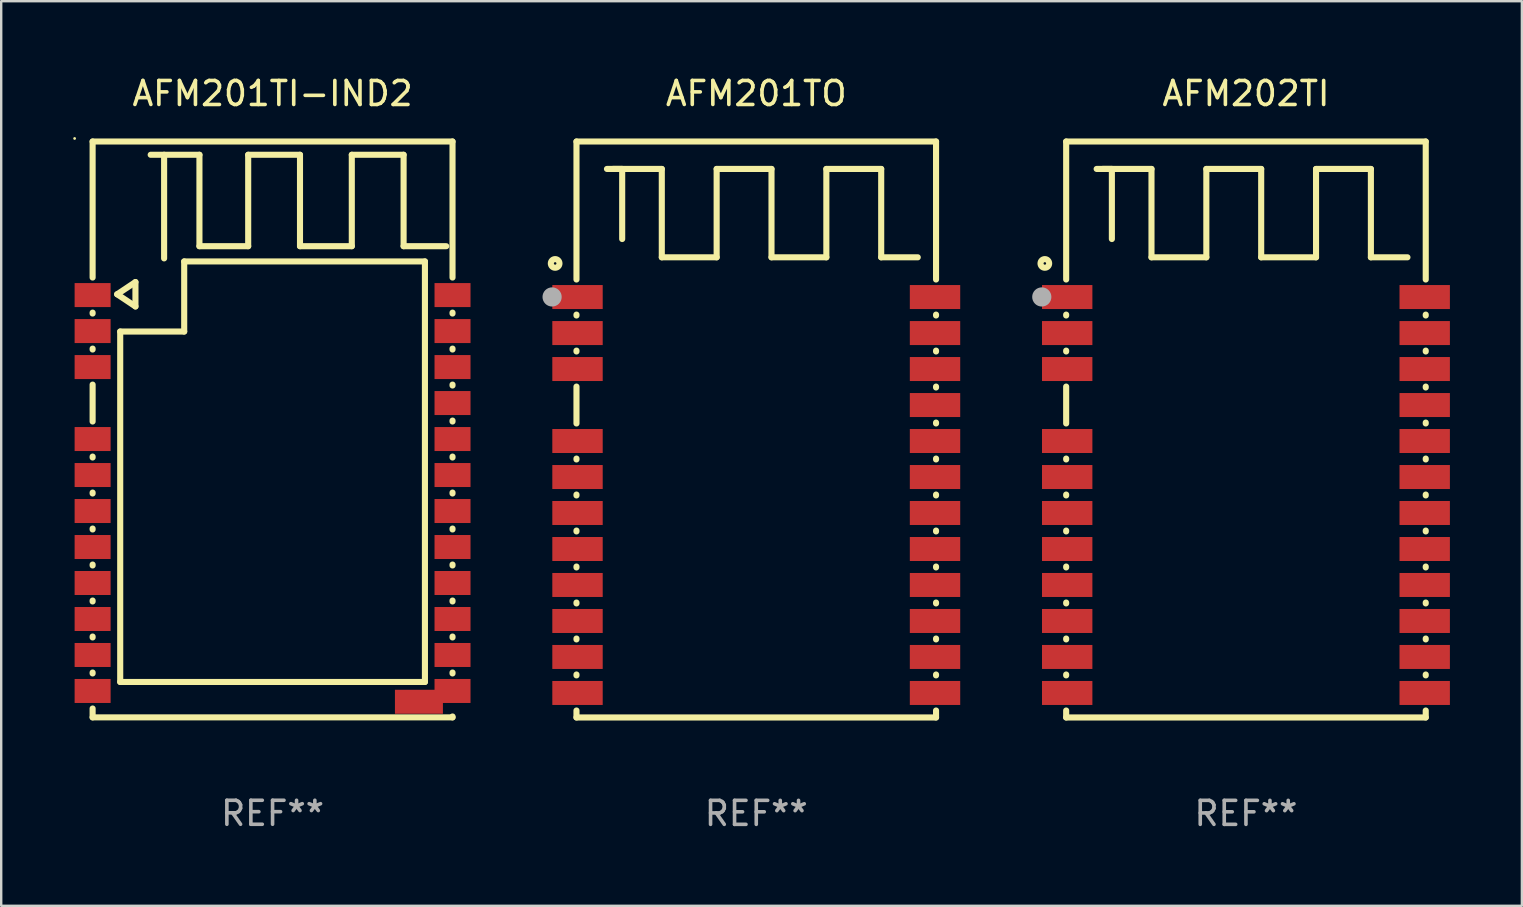
<source format=kicad_pcb>
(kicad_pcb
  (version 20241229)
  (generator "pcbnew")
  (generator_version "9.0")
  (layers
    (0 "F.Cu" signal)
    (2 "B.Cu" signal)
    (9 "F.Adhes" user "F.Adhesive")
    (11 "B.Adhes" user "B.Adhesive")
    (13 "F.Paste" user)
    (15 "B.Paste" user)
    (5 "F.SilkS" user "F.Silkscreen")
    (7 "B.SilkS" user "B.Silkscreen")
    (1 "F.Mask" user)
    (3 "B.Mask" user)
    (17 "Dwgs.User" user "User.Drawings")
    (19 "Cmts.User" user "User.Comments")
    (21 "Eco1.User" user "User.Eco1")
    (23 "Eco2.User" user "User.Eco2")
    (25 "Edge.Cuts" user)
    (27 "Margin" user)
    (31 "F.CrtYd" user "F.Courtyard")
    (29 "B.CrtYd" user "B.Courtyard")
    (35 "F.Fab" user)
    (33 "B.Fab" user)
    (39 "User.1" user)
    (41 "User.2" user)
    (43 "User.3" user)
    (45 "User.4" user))
  (footprint "AFM201TI-IND2"
    (layer "F.Cu")
    (at 8.31 14.848)
    (property "Reference" "AFM201TI-IND2" (at 0 -14 0) (layer "F.SilkS") (effects (font (size 1 1) (thickness 0.15))))
    (attr through_hole)
    (fp_line (start -7.5 -12) (end 7.5 -12) (stroke (width 0.254) (type solid)) (layer "F.SilkS"))
    (fp_line (start -7.5 -6.331) (end -7.5 -12) (stroke (width 0.254) (type solid)) (layer "F.SilkS"))
    (fp_line (start -7.5 -4.831) (end -7.5 -4.869) (stroke (width 0.254) (type solid)) (layer "F.SilkS"))
    (fp_line (start -7.5 -3.331) (end -7.5 -3.369) (stroke (width 0.254) (type solid)) (layer "F.SilkS"))
    (fp_line (start -7.5 -0.331) (end -7.5 -1.869) (stroke (width 0.254) (type solid)) (layer "F.SilkS"))
    (fp_line (start -7.5 1.169) (end -7.5 1.131) (stroke (width 0.254) (type solid)) (layer "F.SilkS"))
    (fp_line (start -7.5 2.669) (end -7.5 2.631) (stroke (width 0.254) (type solid)) (layer "F.SilkS"))
    (fp_line (start -7.5 4.169) (end -7.5 4.131) (stroke (width 0.254) (type solid)) (layer "F.SilkS"))
    (fp_line (start -7.5 5.669) (end -7.5 5.631) (stroke (width 0.254) (type solid)) (layer "F.SilkS"))
    (fp_line (start -7.5 7.169) (end -7.5 7.131) (stroke (width 0.254) (type solid)) (layer "F.SilkS"))
    (fp_line (start -7.5 8.669) (end -7.5 8.631) (stroke (width 0.254) (type solid)) (layer "F.SilkS"))
    (fp_line (start -7.5 10.169) (end -7.5 10.131) (stroke (width 0.254) (type solid)) (layer "F.SilkS"))
    (fp_line (start -7.5 12) (end -7.5 11.631) (stroke (width 0.254) (type solid)) (layer "F.SilkS"))
    (fp_line (start -7.5 12) (end 7.5 12) (stroke (width 0.254) (type solid)) (layer "F.SilkS"))
    (fp_line (start -6.477 -5.634) (end -5.715 -6.142) (stroke (width 0.254) (type solid)) (layer "F.SilkS"))
    (fp_line (start -6.35 -4.081) (end -3.683 -4.081) (stroke (width 0.254) (type solid)) (layer "F.SilkS"))
    (fp_line (start -6.35 10.524) (end -6.35 -4.081) (stroke (width 0.254) (type solid)) (layer "F.SilkS"))
    (fp_line (start -5.715 -6.142) (end -5.715 -5.126) (stroke (width 0.254) (type solid)) (layer "F.SilkS"))
    (fp_line (start -5.715 -5.126) (end -6.477 -5.634) (stroke (width 0.254) (type solid)) (layer "F.SilkS"))
    (fp_line (start -5.08 -11.447) (end -3.048 -11.447) (stroke (width 0.254) (type solid)) (layer "F.SilkS"))
    (fp_line (start -4.52 -11.447) (end -4.52 -7.129) (stroke (width 0.254) (type solid)) (layer "F.SilkS"))
    (fp_line (start -3.683 -7.002) (end 6.35 -7.002) (stroke (width 0.254) (type solid)) (layer "F.SilkS"))
    (fp_line (start -3.683 -4.081) (end -3.683 -7.002) (stroke (width 0.254) (type solid)) (layer "F.SilkS"))
    (fp_line (start -3.048 -11.447) (end -3.048 -7.637) (stroke (width 0.254) (type solid)) (layer "F.SilkS"))
    (fp_line (start -3.048 -7.637) (end -1.016 -7.637) (stroke (width 0.254) (type solid)) (layer "F.SilkS"))
    (fp_line (start -1.016 -11.447) (end 1.143 -11.447) (stroke (width 0.254) (type solid)) (layer "F.SilkS"))
    (fp_line (start -1.016 -7.637) (end -1.016 -11.447) (stroke (width 0.254) (type solid)) (layer "F.SilkS"))
    (fp_line (start 1.143 -11.447) (end 1.143 -7.637) (stroke (width 0.254) (type solid)) (layer "F.SilkS"))
    (fp_line (start 1.143 -7.637) (end 3.302 -7.637) (stroke (width 0.254) (type solid)) (layer "F.SilkS"))
    (fp_line (start 3.302 -11.447) (end 5.461 -11.447) (stroke (width 0.254) (type solid)) (layer "F.SilkS"))
    (fp_line (start 3.302 -7.637) (end 3.302 -11.447) (stroke (width 0.254) (type solid)) (layer "F.SilkS"))
    (fp_line (start 5.461 -11.447) (end 5.461 -7.637) (stroke (width 0.254) (type solid)) (layer "F.SilkS"))
    (fp_line (start 5.461 -7.637) (end 7.239 -7.637) (stroke (width 0.254) (type solid)) (layer "F.SilkS"))
    (fp_line (start 6.35 -7.002) (end 6.35 10.524) (stroke (width 0.254) (type solid)) (layer "F.SilkS"))
    (fp_line (start 6.35 10.524) (end -6.35 10.524) (stroke (width 0.254) (type solid)) (layer "F.SilkS"))
    (fp_line (start 7.5 -6.331) (end 7.5 -12) (stroke (width 0.254) (type solid)) (layer "F.SilkS"))
    (fp_line (start 7.5 -4.831) (end 7.5 -4.869) (stroke (width 0.254) (type solid)) (layer "F.SilkS"))
    (fp_line (start 7.5 -3.331) (end 7.5 -3.369) (stroke (width 0.254) (type solid)) (layer "F.SilkS"))
    (fp_line (start 7.5 -1.831) (end 7.5 -1.869) (stroke (width 0.254) (type solid)) (layer "F.SilkS"))
    (fp_line (start 7.5 -0.331) (end 7.5 -0.369) (stroke (width 0.254) (type solid)) (layer "F.SilkS"))
    (fp_line (start 7.5 1.169) (end 7.5 1.131) (stroke (width 0.254) (type solid)) (layer "F.SilkS"))
    (fp_line (start 7.5 2.669) (end 7.5 2.631) (stroke (width 0.254) (type solid)) (layer "F.SilkS"))
    (fp_line (start 7.5 4.169) (end 7.5 4.131) (stroke (width 0.254) (type solid)) (layer "F.SilkS"))
    (fp_line (start 7.5 5.669) (end 7.5 5.631) (stroke (width 0.254) (type solid)) (layer "F.SilkS"))
    (fp_line (start 7.5 7.169) (end 7.5 7.131) (stroke (width 0.254) (type solid)) (layer "F.SilkS"))
    (fp_line (start 7.5 8.669) (end 7.5 8.631) (stroke (width 0.254) (type solid)) (layer "F.SilkS"))
    (fp_line (start 7.5 10.169) (end 7.5 10.131) (stroke (width 0.254) (type solid)) (layer "F.SilkS"))
    (fp_line (start 7.5 12) (end 7.5 11.963) (stroke (width 0.254) (type solid)) (layer "F.SilkS"))
    (fp_circle (center -8.25 -12.127) (end -8.22 -12.127) (stroke (width 0.06) (type solid)) (fill no) (layer "F.SilkS"))
    (fp_text user "REF**" (at 0 16 0) (layer "F.Fab") (effects (font (size 1 1) (thickness 0.15))))
    (pad "1" smd rect (at -7.5 -5.6) (size 1.5 1) (layers "F.Cu" "F.Mask" "F.Paste"))
    (pad "2" smd rect (at -7.5 -4.1) (size 1.5 1) (layers "F.Cu" "F.Mask" "F.Paste"))
    (pad "3" smd rect (at -7.5 -2.6) (size 1.5 1) (layers "F.Cu" "F.Mask" "F.Paste"))
    (pad "4" smd rect (at -7.5 0.4) (size 1.5 1) (layers "F.Cu" "F.Mask" "F.Paste"))
    (pad "5" smd rect (at -7.5 1.9) (size 1.5 1) (layers "F.Cu" "F.Mask" "F.Paste"))
    (pad "6" smd rect (at -7.5 3.4) (size 1.5 1) (layers "F.Cu" "F.Mask" "F.Paste"))
    (pad "7" smd rect (at -7.5 4.9) (size 1.5 1) (layers "F.Cu" "F.Mask" "F.Paste"))
    (pad "8" smd rect (at -7.5 6.4) (size 1.5 1) (layers "F.Cu" "F.Mask" "F.Paste"))
    (pad "9" smd rect (at -7.5 7.9) (size 1.5 1) (layers "F.Cu" "F.Mask" "F.Paste"))
    (pad "10" smd rect (at -7.5 9.4) (size 1.5 1) (layers "F.Cu" "F.Mask" "F.Paste"))
    (pad "11" smd rect (at -7.5 10.9) (size 1.5 1) (layers "F.Cu" "F.Mask" "F.Paste"))
    (pad "12" smd rect (at 6.1 11.35) (size 2 1) (layers "F.Cu" "F.Mask" "F.Paste"))
    (pad "12" smd rect (at 7.5 10.9) (size 1.5 1) (layers "F.Cu" "F.Mask" "F.Paste"))
    (pad "13" smd rect (at 7.5 9.4) (size 1.5 1) (layers "F.Cu" "F.Mask" "F.Paste"))
    (pad "14" smd rect (at 7.5 7.9) (size 1.5 1) (layers "F.Cu" "F.Mask" "F.Paste"))
    (pad "15" smd rect (at 7.5 6.4) (size 1.5 1) (layers "F.Cu" "F.Mask" "F.Paste"))
    (pad "16" smd rect (at 7.5 4.9) (size 1.5 1) (layers "F.Cu" "F.Mask" "F.Paste"))
    (pad "17" smd rect (at 7.5 3.4) (size 1.5 1) (layers "F.Cu" "F.Mask" "F.Paste"))
    (pad "18" smd rect (at 7.5 1.9) (size 1.5 1) (layers "F.Cu" "F.Mask" "F.Paste"))
    (pad "19" smd rect (at 7.5 0.4) (size 1.5 1) (layers "F.Cu" "F.Mask" "F.Paste"))
    (pad "20" smd rect (at 7.5 -1.1) (size 1.5 1) (layers "F.Cu" "F.Mask" "F.Paste"))
    (pad "21" smd rect (at 7.5 -2.6) (size 1.5 1) (layers "F.Cu" "F.Mask" "F.Paste"))
    (pad "22" smd rect (at 7.5 -4.1) (size 1.5 1) (layers "F.Cu" "F.Mask" "F.Paste"))
    (pad "23" smd rect (at 7.5 -5.6) (size 1.5 1) (layers "F.Cu" "F.Mask" "F.Paste")))
  (footprint "AFM202TI"
    (layer "F.Cu")
    (at 48.878 14.85)
    (property "Reference" "AFM202TI" (at 0 -14.002 0) (layer "F.SilkS") (effects (font (size 1 1) (thickness 0.15))))
    (attr through_hole)
    (fp_line (start -7.493 -12.002) (end -7.493 -6.251) (stroke (width 0.254) (type solid)) (layer "F.SilkS"))
    (fp_line (start -7.493 -4.788) (end -7.493 -4.751) (stroke (width 0.254) (type solid)) (layer "F.SilkS"))
    (fp_line (start -7.493 -3.288) (end -7.493 -3.251) (stroke (width 0.254) (type solid)) (layer "F.SilkS"))
    (fp_line (start -7.493 -1.788) (end -7.493 -0.251) (stroke (width 0.254) (type solid)) (layer "F.SilkS"))
    (fp_line (start -7.493 1.212) (end -7.493 1.249) (stroke (width 0.254) (type solid)) (layer "F.SilkS"))
    (fp_line (start -7.493 2.712) (end -7.493 2.749) (stroke (width 0.254) (type solid)) (layer "F.SilkS"))
    (fp_line (start -7.493 4.212) (end -7.493 4.249) (stroke (width 0.254) (type solid)) (layer "F.SilkS"))
    (fp_line (start -7.493 5.712) (end -7.493 5.749) (stroke (width 0.254) (type solid)) (layer "F.SilkS"))
    (fp_line (start -7.493 7.212) (end -7.493 7.249) (stroke (width 0.254) (type solid)) (layer "F.SilkS"))
    (fp_line (start -7.493 8.712) (end -7.493 8.749) (stroke (width 0.254) (type solid)) (layer "F.SilkS"))
    (fp_line (start -7.493 10.212) (end -7.493 10.249) (stroke (width 0.254) (type solid)) (layer "F.SilkS"))
    (fp_line (start -7.493 11.712) (end -7.493 12.002) (stroke (width 0.254) (type solid)) (layer "F.SilkS"))
    (fp_line (start -7.493 12.002) (end 7.493 12.002) (stroke (width 0.254) (type solid)) (layer "F.SilkS"))
    (fp_line (start -6.223 -10.859) (end -3.937 -10.859) (stroke (width 0.254) (type solid)) (layer "F.SilkS"))
    (fp_line (start -5.977 -10.859) (end -5.588 -10.859) (stroke (width 0.254) (type solid)) (layer "F.SilkS"))
    (fp_line (start -5.588 -10.859) (end -5.588 -7.938) (stroke (width 0.254) (type solid)) (layer "F.SilkS"))
    (fp_line (start -3.937 -10.859) (end -3.937 -7.176) (stroke (width 0.254) (type solid)) (layer "F.SilkS"))
    (fp_line (start -3.937 -7.176) (end -1.651 -7.176) (stroke (width 0.254) (type solid)) (layer "F.SilkS"))
    (fp_line (start -1.651 -10.859) (end 0.635 -10.859) (stroke (width 0.254) (type solid)) (layer "F.SilkS"))
    (fp_line (start -1.651 -7.176) (end -1.651 -10.859) (stroke (width 0.254) (type solid)) (layer "F.SilkS"))
    (fp_line (start 0.635 -10.859) (end 0.635 -7.176) (stroke (width 0.254) (type solid)) (layer "F.SilkS"))
    (fp_line (start 0.635 -7.176) (end 2.921 -7.176) (stroke (width 0.254) (type solid)) (layer "F.SilkS"))
    (fp_line (start 2.921 -10.859) (end 5.207 -10.859) (stroke (width 0.254) (type solid)) (layer "F.SilkS"))
    (fp_line (start 2.921 -7.176) (end 2.921 -10.859) (stroke (width 0.254) (type solid)) (layer "F.SilkS"))
    (fp_line (start 5.207 -10.859) (end 5.207 -7.176) (stroke (width 0.254) (type solid)) (layer "F.SilkS"))
    (fp_line (start 5.207 -7.176) (end 6.731 -7.176) (stroke (width 0.254) (type solid)) (layer "F.SilkS"))
    (fp_line (start 7.493 -12.002) (end -7.493 -12.002) (stroke (width 0.254) (type solid)) (layer "F.SilkS"))
    (fp_line (start 7.493 -6.251) (end 7.493 -12.002) (stroke (width 0.254) (type solid)) (layer "F.SilkS"))
    (fp_line (start 7.493 -4.751) (end 7.493 -4.788) (stroke (width 0.254) (type solid)) (layer "F.SilkS"))
    (fp_line (start 7.493 -3.251) (end 7.493 -3.288) (stroke (width 0.254) (type solid)) (layer "F.SilkS"))
    (fp_line (start 7.493 -1.751) (end 7.493 -1.788) (stroke (width 0.254) (type solid)) (layer "F.SilkS"))
    (fp_line (start 7.493 -0.251) (end 7.493 -0.288) (stroke (width 0.254) (type solid)) (layer "F.SilkS"))
    (fp_line (start 7.493 1.249) (end 7.493 1.212) (stroke (width 0.254) (type solid)) (layer "F.SilkS"))
    (fp_line (start 7.493 2.749) (end 7.493 2.712) (stroke (width 0.254) (type solid)) (layer "F.SilkS"))
    (fp_line (start 7.493 4.249) (end 7.493 4.212) (stroke (width 0.254) (type solid)) (layer "F.SilkS"))
    (fp_line (start 7.493 5.749) (end 7.493 5.712) (stroke (width 0.254) (type solid)) (layer "F.SilkS"))
    (fp_line (start 7.493 7.249) (end 7.493 7.212) (stroke (width 0.254) (type solid)) (layer "F.SilkS"))
    (fp_line (start 7.493 8.749) (end 7.493 8.712) (stroke (width 0.254) (type solid)) (layer "F.SilkS"))
    (fp_line (start 7.493 10.249) (end 7.493 10.212) (stroke (width 0.254) (type solid)) (layer "F.SilkS"))
    (fp_line (start 7.493 12.002) (end 7.493 11.712) (stroke (width 0.254) (type solid)) (layer "F.SilkS"))
    (fp_circle (center -8.382 -6.921) (end -8.202 -6.921) (stroke (width 0.254) (type solid)) (fill no) (layer "F.SilkS"))
    (fp_circle (center -7.5 -12.003) (end -7.47 -12.003) (stroke (width 0.06) (type solid)) (fill no) (layer "F.SilkS"))
    (fp_circle (center -8.509 -5.524) (end -8.309 -5.524) (stroke (width 0.4) (type solid)) (fill no) (layer "F.Fab"))
    (fp_text user "REF**" (at 0 16.002 0) (layer "F.Fab") (effects (font (size 1 1) (thickness 0.15))))
    (pad "1" smd rect (at -7.45 -5.52) (size 2.1 1) (layers "F.Cu" "F.Mask" "F.Paste"))
    (pad "2" smd rect (at -7.45 -4.019) (size 2.1 1) (layers "F.Cu" "F.Mask" "F.Paste"))
    (pad "3" smd rect (at -7.45 -2.52) (size 2.1 1) (layers "F.Cu" "F.Mask" "F.Paste"))
    (pad "4" smd rect (at -7.45 0.48) (size 2.1 1) (layers "F.Cu" "F.Mask" "F.Paste"))
    (pad "5" smd rect (at -7.45 1.981) (size 2.1 1) (layers "F.Cu" "F.Mask" "F.Paste"))
    (pad "6" smd rect (at -7.45 3.48) (size 2.1 1) (layers "F.Cu" "F.Mask" "F.Paste"))
    (pad "7" smd rect (at -7.45 4.981) (size 2.1 1) (layers "F.Cu" "F.Mask" "F.Paste"))
    (pad "8" smd rect (at -7.45 6.48) (size 2.1 1) (layers "F.Cu" "F.Mask" "F.Paste"))
    (pad "9" smd rect (at -7.45 7.981) (size 2.1 1) (layers "F.Cu" "F.Mask" "F.Paste"))
    (pad "10" smd rect (at -7.45 9.48) (size 2.1 1) (layers "F.Cu" "F.Mask" "F.Paste"))
    (pad "11" smd rect (at -7.45 10.981) (size 2.1 1) (layers "F.Cu" "F.Mask" "F.Paste"))
    (pad "12" smd rect (at 7.45 10.981) (size 2.1 1) (layers "F.Cu" "F.Mask" "F.Paste"))
    (pad "13" smd rect (at 7.45 9.48) (size 2.1 1) (layers "F.Cu" "F.Mask" "F.Paste"))
    (pad "14" smd rect (at 7.45 7.981) (size 2.1 1) (layers "F.Cu" "F.Mask" "F.Paste"))
    (pad "15" smd rect (at 7.45 6.48) (size 2.1 1) (layers "F.Cu" "F.Mask" "F.Paste"))
    (pad "16" smd rect (at 7.45 4.981) (size 2.1 1) (layers "F.Cu" "F.Mask" "F.Paste"))
    (pad "17" smd rect (at 7.45 3.48) (size 2.1 1) (layers "F.Cu" "F.Mask" "F.Paste"))
    (pad "18" smd rect (at 7.45 1.981) (size 2.1 1) (layers "F.Cu" "F.Mask" "F.Paste"))
    (pad "19" smd rect (at 7.45 0.48) (size 2.1 1) (layers "F.Cu" "F.Mask" "F.Paste"))
    (pad "20" smd rect (at 7.45 -1.019) (size 2.1 1) (layers "F.Cu" "F.Mask" "F.Paste"))
    (pad "21" smd rect (at 7.45 -2.52) (size 2.1 1) (layers "F.Cu" "F.Mask" "F.Paste"))
    (pad "22" smd rect (at 7.45 -4.019) (size 2.1 1) (layers "F.Cu" "F.Mask" "F.Paste"))
    (pad "23" smd rect (at 7.45 -5.52) (size 2.1 1) (layers "F.Cu" "F.Mask" "F.Paste")))
  (footprint "AFM201TO"
    (layer "F.Cu")
    (at 28.469 14.85)
    (property "Reference" "AFM201TO" (at 0 -14.002 0) (layer "F.SilkS") (effects (font (size 1 1) (thickness 0.15))))
    (attr through_hole)
    (fp_line (start -7.493 -12.002) (end -7.493 -6.251) (stroke (width 0.254) (type solid)) (layer "F.SilkS"))
    (fp_line (start -7.493 -4.788) (end -7.493 -4.751) (stroke (width 0.254) (type solid)) (layer "F.SilkS"))
    (fp_line (start -7.493 -3.288) (end -7.493 -3.251) (stroke (width 0.254) (type solid)) (layer "F.SilkS"))
    (fp_line (start -7.493 -1.788) (end -7.493 -0.251) (stroke (width 0.254) (type solid)) (layer "F.SilkS"))
    (fp_line (start -7.493 1.212) (end -7.493 1.249) (stroke (width 0.254) (type solid)) (layer "F.SilkS"))
    (fp_line (start -7.493 2.712) (end -7.493 2.749) (stroke (width 0.254) (type solid)) (layer "F.SilkS"))
    (fp_line (start -7.493 4.212) (end -7.493 4.249) (stroke (width 0.254) (type solid)) (layer "F.SilkS"))
    (fp_line (start -7.493 5.712) (end -7.493 5.749) (stroke (width 0.254) (type solid)) (layer "F.SilkS"))
    (fp_line (start -7.493 7.212) (end -7.493 7.249) (stroke (width 0.254) (type solid)) (layer "F.SilkS"))
    (fp_line (start -7.493 8.712) (end -7.493 8.749) (stroke (width 0.254) (type solid)) (layer "F.SilkS"))
    (fp_line (start -7.493 10.212) (end -7.493 10.249) (stroke (width 0.254) (type solid)) (layer "F.SilkS"))
    (fp_line (start -7.493 11.712) (end -7.493 12.002) (stroke (width 0.254) (type solid)) (layer "F.SilkS"))
    (fp_line (start -7.493 12.002) (end 7.493 12.002) (stroke (width 0.254) (type solid)) (layer "F.SilkS"))
    (fp_line (start -6.223 -10.859) (end -3.937 -10.859) (stroke (width 0.254) (type solid)) (layer "F.SilkS"))
    (fp_line (start -5.977 -10.859) (end -5.588 -10.859) (stroke (width 0.254) (type solid)) (layer "F.SilkS"))
    (fp_line (start -5.588 -10.859) (end -5.588 -7.938) (stroke (width 0.254) (type solid)) (layer "F.SilkS"))
    (fp_line (start -3.937 -10.859) (end -3.937 -7.176) (stroke (width 0.254) (type solid)) (layer "F.SilkS"))
    (fp_line (start -3.937 -7.176) (end -1.651 -7.176) (stroke (width 0.254) (type solid)) (layer "F.SilkS"))
    (fp_line (start -1.651 -10.859) (end 0.635 -10.859) (stroke (width 0.254) (type solid)) (layer "F.SilkS"))
    (fp_line (start -1.651 -7.176) (end -1.651 -10.859) (stroke (width 0.254) (type solid)) (layer "F.SilkS"))
    (fp_line (start 0.635 -10.859) (end 0.635 -7.176) (stroke (width 0.254) (type solid)) (layer "F.SilkS"))
    (fp_line (start 0.635 -7.176) (end 2.921 -7.176) (stroke (width 0.254) (type solid)) (layer "F.SilkS"))
    (fp_line (start 2.921 -10.859) (end 5.207 -10.859) (stroke (width 0.254) (type solid)) (layer "F.SilkS"))
    (fp_line (start 2.921 -7.176) (end 2.921 -10.859) (stroke (width 0.254) (type solid)) (layer "F.SilkS"))
    (fp_line (start 5.207 -10.859) (end 5.207 -7.176) (stroke (width 0.254) (type solid)) (layer "F.SilkS"))
    (fp_line (start 5.207 -7.176) (end 6.731 -7.176) (stroke (width 0.254) (type solid)) (layer "F.SilkS"))
    (fp_line (start 7.493 -12.002) (end -7.493 -12.002) (stroke (width 0.254) (type solid)) (layer "F.SilkS"))
    (fp_line (start 7.493 -6.251) (end 7.493 -12.002) (stroke (width 0.254) (type solid)) (layer "F.SilkS"))
    (fp_line (start 7.493 -4.751) (end 7.493 -4.788) (stroke (width 0.254) (type solid)) (layer "F.SilkS"))
    (fp_line (start 7.493 -3.251) (end 7.493 -3.288) (stroke (width 0.254) (type solid)) (layer "F.SilkS"))
    (fp_line (start 7.493 -1.751) (end 7.493 -1.788) (stroke (width 0.254) (type solid)) (layer "F.SilkS"))
    (fp_line (start 7.493 -0.251) (end 7.493 -0.288) (stroke (width 0.254) (type solid)) (layer "F.SilkS"))
    (fp_line (start 7.493 1.249) (end 7.493 1.212) (stroke (width 0.254) (type solid)) (layer "F.SilkS"))
    (fp_line (start 7.493 2.749) (end 7.493 2.712) (stroke (width 0.254) (type solid)) (layer "F.SilkS"))
    (fp_line (start 7.493 4.249) (end 7.493 4.212) (stroke (width 0.254) (type solid)) (layer "F.SilkS"))
    (fp_line (start 7.493 5.749) (end 7.493 5.712) (stroke (width 0.254) (type solid)) (layer "F.SilkS"))
    (fp_line (start 7.493 7.249) (end 7.493 7.212) (stroke (width 0.254) (type solid)) (layer "F.SilkS"))
    (fp_line (start 7.493 8.749) (end 7.493 8.712) (stroke (width 0.254) (type solid)) (layer "F.SilkS"))
    (fp_line (start 7.493 10.249) (end 7.493 10.212) (stroke (width 0.254) (type solid)) (layer "F.SilkS"))
    (fp_line (start 7.493 12.002) (end 7.493 11.712) (stroke (width 0.254) (type solid)) (layer "F.SilkS"))
    (fp_circle (center -8.382 -6.921) (end -8.202 -6.921) (stroke (width 0.254) (type solid)) (fill no) (layer "F.SilkS"))
    (fp_circle (center -7.5 -12.003) (end -7.47 -12.003) (stroke (width 0.06) (type solid)) (fill no) (layer "F.SilkS"))
    (fp_circle (center -8.509 -5.524) (end -8.309 -5.524) (stroke (width 0.4) (type solid)) (fill no) (layer "F.Fab"))
    (fp_text user "REF**" (at 0 16.002 0) (layer "F.Fab") (effects (font (size 1 1) (thickness 0.15))))
    (pad "1" smd rect (at -7.45 -5.52) (size 2.1 1) (layers "F.Cu" "F.Mask" "F.Paste"))
    (pad "2" smd rect (at -7.45 -4.019) (size 2.1 1) (layers "F.Cu" "F.Mask" "F.Paste"))
    (pad "3" smd rect (at -7.45 -2.52) (size 2.1 1) (layers "F.Cu" "F.Mask" "F.Paste"))
    (pad "4" smd rect (at -7.45 0.48) (size 2.1 1) (layers "F.Cu" "F.Mask" "F.Paste"))
    (pad "5" smd rect (at -7.45 1.981) (size 2.1 1) (layers "F.Cu" "F.Mask" "F.Paste"))
    (pad "6" smd rect (at -7.45 3.48) (size 2.1 1) (layers "F.Cu" "F.Mask" "F.Paste"))
    (pad "7" smd rect (at -7.45 4.981) (size 2.1 1) (layers "F.Cu" "F.Mask" "F.Paste"))
    (pad "8" smd rect (at -7.45 6.48) (size 2.1 1) (layers "F.Cu" "F.Mask" "F.Paste"))
    (pad "9" smd rect (at -7.45 7.981) (size 2.1 1) (layers "F.Cu" "F.Mask" "F.Paste"))
    (pad "10" smd rect (at -7.45 9.48) (size 2.1 1) (layers "F.Cu" "F.Mask" "F.Paste"))
    (pad "11" smd rect (at -7.45 10.981) (size 2.1 1) (layers "F.Cu" "F.Mask" "F.Paste"))
    (pad "12" smd rect (at 7.45 10.981) (size 2.1 1) (layers "F.Cu" "F.Mask" "F.Paste"))
    (pad "13" smd rect (at 7.45 9.48) (size 2.1 1) (layers "F.Cu" "F.Mask" "F.Paste"))
    (pad "14" smd rect (at 7.45 7.981) (size 2.1 1) (layers "F.Cu" "F.Mask" "F.Paste"))
    (pad "15" smd rect (at 7.45 6.48) (size 2.1 1) (layers "F.Cu" "F.Mask" "F.Paste"))
    (pad "16" smd rect (at 7.45 4.981) (size 2.1 1) (layers "F.Cu" "F.Mask" "F.Paste"))
    (pad "17" smd rect (at 7.45 3.48) (size 2.1 1) (layers "F.Cu" "F.Mask" "F.Paste"))
    (pad "18" smd rect (at 7.45 1.981) (size 2.1 1) (layers "F.Cu" "F.Mask" "F.Paste"))
    (pad "19" smd rect (at 7.45 0.48) (size 2.1 1) (layers "F.Cu" "F.Mask" "F.Paste"))
    (pad "20" smd rect (at 7.45 -1.019) (size 2.1 1) (layers "F.Cu" "F.Mask" "F.Paste"))
    (pad "21" smd rect (at 7.45 -2.52) (size 2.1 1) (layers "F.Cu" "F.Mask" "F.Paste"))
    (pad "22" smd rect (at 7.45 -4.019) (size 2.1 1) (layers "F.Cu" "F.Mask" "F.Paste"))
    (pad "23" smd rect (at 7.45 -5.52) (size 2.1 1) (layers "F.Cu" "F.Mask" "F.Paste")))
  (gr_rect
    (start -3 -3)
    (end 60.378 34.7)
    (stroke (width 0.1) (type default))
    (fill no)
    (layer "Edge.Cuts")))
</source>
